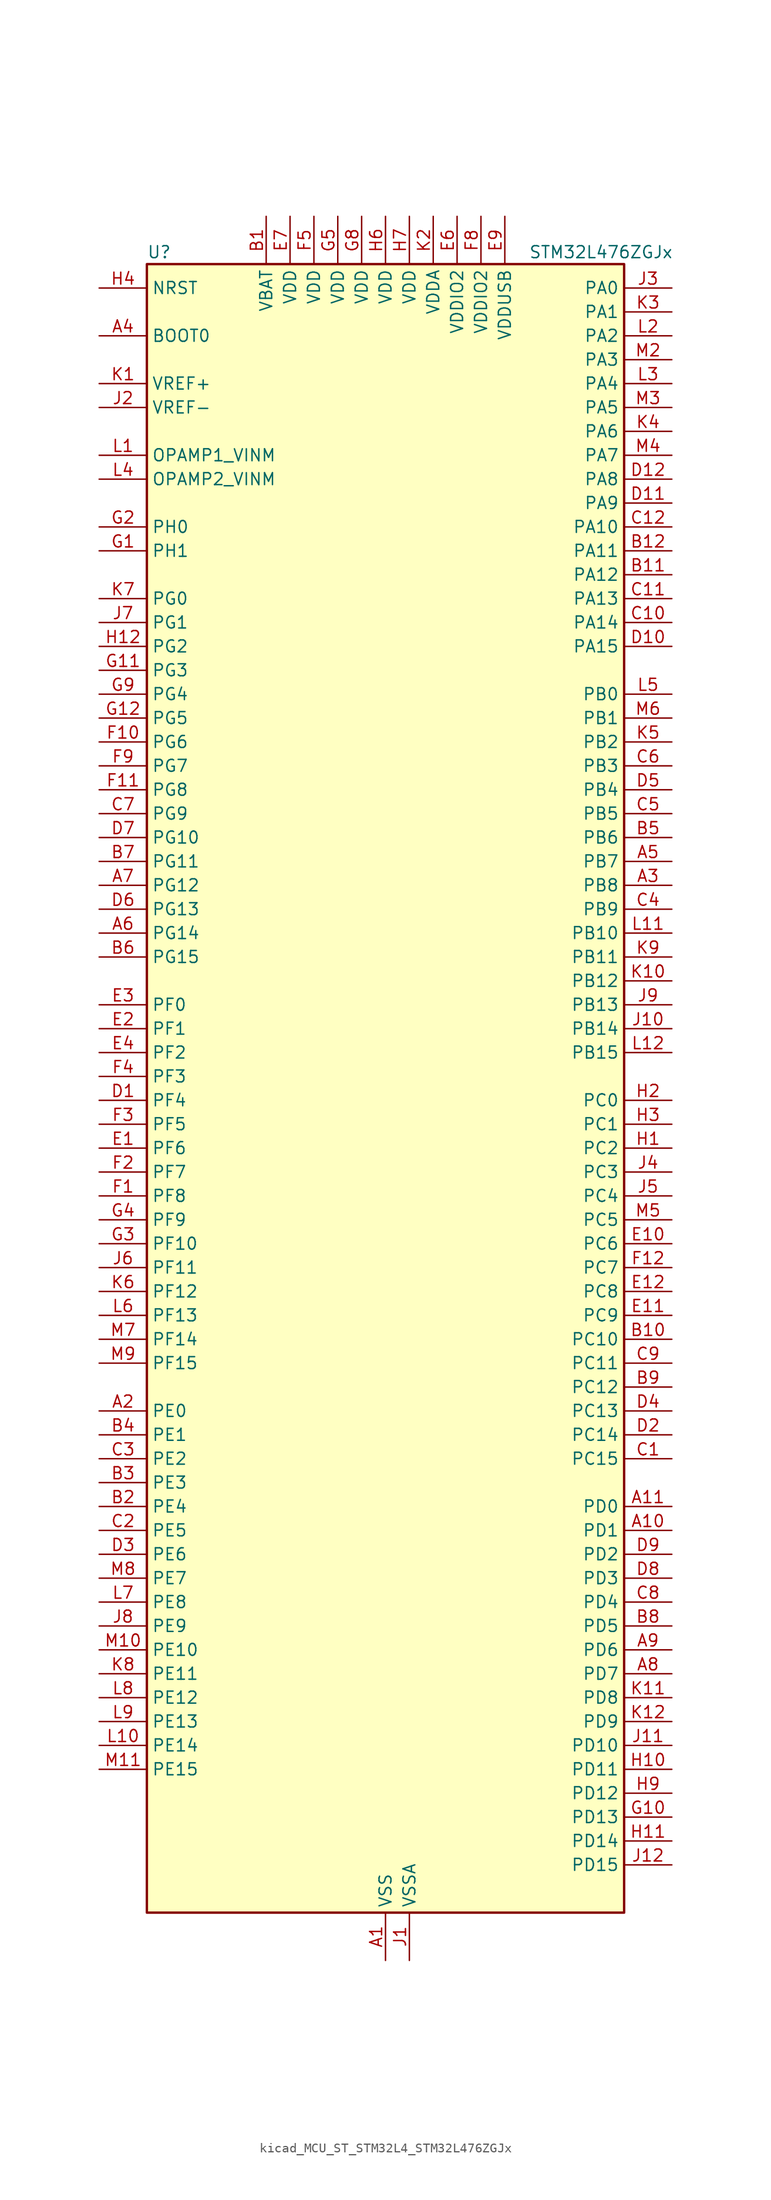
<source format=kicad_sym>
(kicad_symbol_lib
  (version 20220914)
  (generator kicad_symbol_editor)
  (symbol "kicad_MCU_ST_STM32L4_STM32L476ZGJx"
    (property "Reference" "U"
      (at -25.4 90.17 0)
      (effects (font (size 1.27 1.27)) (justify left)))
    (property "Value" "STM32L476ZGJx"
      (at 15.24 90.17 0)
      (effects (font (size 1.27 1.27)) (justify left)))
    (property "ki_locked" ""
      (at 0 0 0)
      (effects (font (size 1.27 1.27))))
    (symbol "kicad_MCU_ST_STM32L4_STM32L476ZGJx_0_1"
      (rectangle (start -25.4 -86.36) (end 25.4 88.9) (stroke (width 0.254) (type default)) (fill (type background))))
    (symbol "kicad_MCU_ST_STM32L4_STM32L476ZGJx_1_1"
      (pin power_in line (at 0 -91.44 90) (length 5.08) (name "VSS" (effects (font (size 1.27 1.27)))) (number "A1" (effects (font (size 1.27 1.27)))))
      (pin bidirectional line (at 30.48 -45.72 180) (length 5.08) (name "PD1" (effects (font (size 1.27 1.27)))) (number "A10" (effects (font (size 1.27 1.27)))) (alternate "CAN1_TX" bidirectional line) (alternate "DFSDM1_CKIN7" bidirectional line) (alternate "FMC_D3" bidirectional line) (alternate "FMC_DA3" bidirectional line) (alternate "SPI2_SCK" bidirectional line))
      (pin bidirectional line (at 30.48 -43.18 180) (length 5.08) (name "PD0" (effects (font (size 1.27 1.27)))) (number "A11" (effects (font (size 1.27 1.27)))) (alternate "CAN1_RX" bidirectional line) (alternate "DFSDM1_DATIN7" bidirectional line) (alternate "FMC_D2" bidirectional line) (alternate "FMC_DA2" bidirectional line) (alternate "SPI2_NSS" bidirectional line))
      (pin passive line (at 0 -91.44 90) (length 5.08) hide (name "VSS" (effects (font (size 1.27 1.27)))) (number "A12" (effects (font (size 1.27 1.27)))))
      (pin bidirectional line (at -30.48 -33.02 0) (length 5.08) (name "PE0" (effects (font (size 1.27 1.27)))) (number "A2" (effects (font (size 1.27 1.27)))) (alternate "FMC_NBL0" bidirectional line) (alternate "LCD_SEG36" bidirectional line) (alternate "TIM16_CH1" bidirectional line) (alternate "TIM4_ETR" bidirectional line))
      (pin bidirectional line (at 30.48 22.86 180) (length 5.08) (name "PB8" (effects (font (size 1.27 1.27)))) (number "A3" (effects (font (size 1.27 1.27)))) (alternate "CAN1_RX" bidirectional line) (alternate "DFSDM1_DATIN6" bidirectional line) (alternate "I2C1_SCL" bidirectional line) (alternate "LCD_SEG16" bidirectional line) (alternate "SAI1_MCLK_A" bidirectional line) (alternate "SDMMC1_D4" bidirectional line) (alternate "TIM16_CH1" bidirectional line) (alternate "TIM4_CH3" bidirectional line))
      (pin input line (at -30.48 81.28 0) (length 5.08) (name "BOOT0" (effects (font (size 1.27 1.27)))) (number "A4" (effects (font (size 1.27 1.27)))))
      (pin bidirectional line (at 30.48 25.4 180) (length 5.08) (name "PB7" (effects (font (size 1.27 1.27)))) (number "A5" (effects (font (size 1.27 1.27)))) (alternate "COMP2_INM" bidirectional line) (alternate "DFSDM1_CKIN5" bidirectional line) (alternate "FMC_NL" bidirectional line) (alternate "I2C1_SDA" bidirectional line) (alternate "LCD_SEG21" bidirectional line) (alternate "LPTIM1_IN2" bidirectional line) (alternate "SYS_PVD_IN" bidirectional line) (alternate "TIM17_CH1N" bidirectional line) (alternate "TIM4_CH2" bidirectional line) (alternate "TIM8_BKIN" bidirectional line) (alternate "TIM8_BKIN_COMP1" bidirectional line) (alternate "TSC_G2_IO4" bidirectional line) (alternate "UART4_CTS" bidirectional line) (alternate "USART1_RX" bidirectional line))
      (pin bidirectional line (at -30.48 17.78 0) (length 5.08) (name "PG14" (effects (font (size 1.27 1.27)))) (number "A6" (effects (font (size 1.27 1.27)))) (alternate "FMC_A25" bidirectional line) (alternate "I2C1_SCL" bidirectional line))
      (pin bidirectional line (at -30.48 22.86 0) (length 5.08) (name "PG12" (effects (font (size 1.27 1.27)))) (number "A7" (effects (font (size 1.27 1.27)))) (alternate "FMC_NE4" bidirectional line) (alternate "LPTIM1_ETR" bidirectional line) (alternate "SAI2_SD_A" bidirectional line) (alternate "SPI3_NSS" bidirectional line) (alternate "USART1_DE" bidirectional line) (alternate "USART1_RTS" bidirectional line))
      (pin bidirectional line (at 30.48 -60.96 180) (length 5.08) (name "PD7" (effects (font (size 1.27 1.27)))) (number "A8" (effects (font (size 1.27 1.27)))) (alternate "DFSDM1_CKIN1" bidirectional line) (alternate "FMC_NE1" bidirectional line) (alternate "USART2_CK" bidirectional line))
      (pin bidirectional line (at 30.48 -58.42 180) (length 5.08) (name "PD6" (effects (font (size 1.27 1.27)))) (number "A9" (effects (font (size 1.27 1.27)))) (alternate "DFSDM1_DATIN1" bidirectional line) (alternate "FMC_NWAIT" bidirectional line) (alternate "SAI1_SD_A" bidirectional line) (alternate "USART2_RX" bidirectional line))
      (pin power_in line (at -12.7 93.98 270) (length 5.08) (name "VBAT" (effects (font (size 1.27 1.27)))) (number "B1" (effects (font (size 1.27 1.27)))))
      (pin bidirectional line (at 30.48 -25.4 180) (length 5.08) (name "PC10" (effects (font (size 1.27 1.27)))) (number "B10" (effects (font (size 1.27 1.27)))) (alternate "LCD_COM4" bidirectional line) (alternate "LCD_SEG28" bidirectional line) (alternate "LCD_SEG40" bidirectional line) (alternate "SAI2_SCK_B" bidirectional line) (alternate "SDMMC1_D2" bidirectional line) (alternate "SPI3_SCK" bidirectional line) (alternate "TSC_G3_IO2" bidirectional line) (alternate "UART4_TX" bidirectional line) (alternate "USART3_TX" bidirectional line))
      (pin bidirectional line (at 30.48 55.88 180) (length 5.08) (name "PA12" (effects (font (size 1.27 1.27)))) (number "B11" (effects (font (size 1.27 1.27)))) (alternate "CAN1_TX" bidirectional line) (alternate "TIM1_ETR" bidirectional line) (alternate "USART1_DE" bidirectional line) (alternate "USART1_RTS" bidirectional line) (alternate "USB_OTG_FS_DP" bidirectional line))
      (pin bidirectional line (at 30.48 58.42 180) (length 5.08) (name "PA11" (effects (font (size 1.27 1.27)))) (number "B12" (effects (font (size 1.27 1.27)))) (alternate "ADC1_EXTI11" bidirectional line) (alternate "ADC2_EXTI11" bidirectional line) (alternate "ADC3_EXTI11" bidirectional line) (alternate "CAN1_RX" bidirectional line) (alternate "TIM1_BKIN2" bidirectional line) (alternate "TIM1_BKIN2_COMP1" bidirectional line) (alternate "TIM1_CH4" bidirectional line) (alternate "USART1_CTS" bidirectional line) (alternate "USB_OTG_FS_DM" bidirectional line))
      (pin bidirectional line (at -30.48 -43.18 0) (length 5.08) (name "PE4" (effects (font (size 1.27 1.27)))) (number "B2" (effects (font (size 1.27 1.27)))) (alternate "DFSDM1_DATIN3" bidirectional line) (alternate "FMC_A20" bidirectional line) (alternate "SAI1_FS_A" bidirectional line) (alternate "SYS_TRACED1" bidirectional line) (alternate "TIM3_CH2" bidirectional line) (alternate "TSC_G7_IO3" bidirectional line))
      (pin bidirectional line (at -30.48 -40.64 0) (length 5.08) (name "PE3" (effects (font (size 1.27 1.27)))) (number "B3" (effects (font (size 1.27 1.27)))) (alternate "FMC_A19" bidirectional line) (alternate "LCD_SEG39" bidirectional line) (alternate "SAI1_SD_B" bidirectional line) (alternate "SYS_TRACED0" bidirectional line) (alternate "TIM3_CH1" bidirectional line) (alternate "TSC_G7_IO2" bidirectional line))
      (pin bidirectional line (at -30.48 -35.56 0) (length 5.08) (name "PE1" (effects (font (size 1.27 1.27)))) (number "B4" (effects (font (size 1.27 1.27)))) (alternate "FMC_NBL1" bidirectional line) (alternate "LCD_SEG37" bidirectional line) (alternate "TIM17_CH1" bidirectional line))
      (pin bidirectional line (at 30.48 27.94 180) (length 5.08) (name "PB6" (effects (font (size 1.27 1.27)))) (number "B5" (effects (font (size 1.27 1.27)))) (alternate "COMP2_INP" bidirectional line) (alternate "DFSDM1_DATIN5" bidirectional line) (alternate "I2C1_SCL" bidirectional line) (alternate "LPTIM1_ETR" bidirectional line) (alternate "SAI1_FS_B" bidirectional line) (alternate "TIM16_CH1N" bidirectional line) (alternate "TIM4_CH1" bidirectional line) (alternate "TIM8_BKIN2" bidirectional line) (alternate "TIM8_BKIN2_COMP2" bidirectional line) (alternate "TSC_G2_IO3" bidirectional line) (alternate "USART1_TX" bidirectional line))
      (pin bidirectional line (at -30.48 15.24 0) (length 5.08) (name "PG15" (effects (font (size 1.27 1.27)))) (number "B6" (effects (font (size 1.27 1.27)))) (alternate "ADC1_EXTI15" bidirectional line) (alternate "ADC2_EXTI15" bidirectional line) (alternate "ADC3_EXTI15" bidirectional line) (alternate "I2C1_SMBA" bidirectional line) (alternate "LPTIM1_OUT" bidirectional line))
      (pin bidirectional line (at -30.48 25.4 0) (length 5.08) (name "PG11" (effects (font (size 1.27 1.27)))) (number "B7" (effects (font (size 1.27 1.27)))) (alternate "ADC1_EXTI11" bidirectional line) (alternate "ADC2_EXTI11" bidirectional line) (alternate "ADC3_EXTI11" bidirectional line) (alternate "LPTIM1_IN2" bidirectional line) (alternate "SAI2_MCLK_A" bidirectional line) (alternate "SPI3_MOSI" bidirectional line) (alternate "TIM15_CH2" bidirectional line) (alternate "USART1_CTS" bidirectional line))
      (pin bidirectional line (at 30.48 -55.88 180) (length 5.08) (name "PD5" (effects (font (size 1.27 1.27)))) (number "B8" (effects (font (size 1.27 1.27)))) (alternate "FMC_NWE" bidirectional line) (alternate "USART2_TX" bidirectional line))
      (pin bidirectional line (at 30.48 -30.48 180) (length 5.08) (name "PC12" (effects (font (size 1.27 1.27)))) (number "B9" (effects (font (size 1.27 1.27)))) (alternate "LCD_COM6" bidirectional line) (alternate "LCD_SEG30" bidirectional line) (alternate "LCD_SEG42" bidirectional line) (alternate "SAI2_SD_B" bidirectional line) (alternate "SDMMC1_CK" bidirectional line) (alternate "SPI3_MOSI" bidirectional line) (alternate "TSC_G3_IO4" bidirectional line) (alternate "UART5_TX" bidirectional line) (alternate "USART3_CK" bidirectional line))
      (pin bidirectional line (at 30.48 -38.1 180) (length 5.08) (name "PC15" (effects (font (size 1.27 1.27)))) (number "C1" (effects (font (size 1.27 1.27)))) (alternate "ADC1_EXTI15" bidirectional line) (alternate "ADC2_EXTI15" bidirectional line) (alternate "ADC3_EXTI15" bidirectional line) (alternate "RCC_OSC32_OUT" bidirectional line))
      (pin bidirectional line (at 30.48 50.8 180) (length 5.08) (name "PA14" (effects (font (size 1.27 1.27)))) (number "C10" (effects (font (size 1.27 1.27)))) (alternate "SYS_JTCK-SWCLK" bidirectional line))
      (pin bidirectional line (at 30.48 53.34 180) (length 5.08) (name "PA13" (effects (font (size 1.27 1.27)))) (number "C11" (effects (font (size 1.27 1.27)))) (alternate "IR_OUT" bidirectional line) (alternate "SYS_JTMS-SWDIO" bidirectional line) (alternate "USB_OTG_FS_NOE" bidirectional line))
      (pin bidirectional line (at 30.48 60.96 180) (length 5.08) (name "PA10" (effects (font (size 1.27 1.27)))) (number "C12" (effects (font (size 1.27 1.27)))) (alternate "LCD_COM2" bidirectional line) (alternate "TIM17_BKIN" bidirectional line) (alternate "TIM1_CH3" bidirectional line) (alternate "USART1_RX" bidirectional line) (alternate "USB_OTG_FS_ID" bidirectional line))
      (pin bidirectional line (at -30.48 -45.72 0) (length 5.08) (name "PE5" (effects (font (size 1.27 1.27)))) (number "C2" (effects (font (size 1.27 1.27)))) (alternate "DFSDM1_CKIN3" bidirectional line) (alternate "FMC_A21" bidirectional line) (alternate "SAI1_SCK_A" bidirectional line) (alternate "SYS_TRACED2" bidirectional line) (alternate "TIM3_CH3" bidirectional line) (alternate "TSC_G7_IO4" bidirectional line))
      (pin bidirectional line (at -30.48 -38.1 0) (length 5.08) (name "PE2" (effects (font (size 1.27 1.27)))) (number "C3" (effects (font (size 1.27 1.27)))) (alternate "FMC_A23" bidirectional line) (alternate "LCD_SEG38" bidirectional line) (alternate "SAI1_MCLK_A" bidirectional line) (alternate "SYS_TRACECLK" bidirectional line) (alternate "TIM3_ETR" bidirectional line) (alternate "TSC_G7_IO1" bidirectional line))
      (pin bidirectional line (at 30.48 20.32 180) (length 5.08) (name "PB9" (effects (font (size 1.27 1.27)))) (number "C4" (effects (font (size 1.27 1.27)))) (alternate "CAN1_TX" bidirectional line) (alternate "DAC1_EXTI9" bidirectional line) (alternate "DFSDM1_CKIN6" bidirectional line) (alternate "I2C1_SDA" bidirectional line) (alternate "IR_OUT" bidirectional line) (alternate "LCD_COM3" bidirectional line) (alternate "SAI1_FS_A" bidirectional line) (alternate "SDMMC1_D5" bidirectional line) (alternate "SPI2_NSS" bidirectional line) (alternate "TIM17_CH1" bidirectional line) (alternate "TIM4_CH4" bidirectional line))
      (pin bidirectional line (at 30.48 30.48 180) (length 5.08) (name "PB5" (effects (font (size 1.27 1.27)))) (number "C5" (effects (font (size 1.27 1.27)))) (alternate "COMP2_OUT" bidirectional line) (alternate "I2C1_SMBA" bidirectional line) (alternate "LCD_SEG9" bidirectional line) (alternate "LPTIM1_IN1" bidirectional line) (alternate "SAI1_SD_B" bidirectional line) (alternate "SPI1_MOSI" bidirectional line) (alternate "SPI3_MOSI" bidirectional line) (alternate "TIM16_BKIN" bidirectional line) (alternate "TIM3_CH2" bidirectional line) (alternate "TSC_G2_IO2" bidirectional line) (alternate "UART5_CTS" bidirectional line) (alternate "USART1_CK" bidirectional line))
      (pin bidirectional line (at 30.48 35.56 180) (length 5.08) (name "PB3" (effects (font (size 1.27 1.27)))) (number "C6" (effects (font (size 1.27 1.27)))) (alternate "COMP2_INM" bidirectional line) (alternate "LCD_SEG7" bidirectional line) (alternate "SAI1_SCK_B" bidirectional line) (alternate "SPI1_SCK" bidirectional line) (alternate "SPI3_SCK" bidirectional line) (alternate "SYS_JTDO-SWO" bidirectional line) (alternate "TIM2_CH2" bidirectional line) (alternate "USART1_DE" bidirectional line) (alternate "USART1_RTS" bidirectional line))
      (pin bidirectional line (at -30.48 30.48 0) (length 5.08) (name "PG9" (effects (font (size 1.27 1.27)))) (number "C7" (effects (font (size 1.27 1.27)))) (alternate "DAC1_EXTI9" bidirectional line) (alternate "FMC_NCE3" bidirectional line) (alternate "FMC_NE2" bidirectional line) (alternate "SAI2_SCK_A" bidirectional line) (alternate "SPI3_SCK" bidirectional line) (alternate "TIM15_CH1N" bidirectional line) (alternate "USART1_TX" bidirectional line))
      (pin bidirectional line (at 30.48 -53.34 180) (length 5.08) (name "PD4" (effects (font (size 1.27 1.27)))) (number "C8" (effects (font (size 1.27 1.27)))) (alternate "DFSDM1_CKIN0" bidirectional line) (alternate "FMC_NOE" bidirectional line) (alternate "SPI2_MOSI" bidirectional line) (alternate "USART2_DE" bidirectional line) (alternate "USART2_RTS" bidirectional line))
      (pin bidirectional line (at 30.48 -27.94 180) (length 5.08) (name "PC11" (effects (font (size 1.27 1.27)))) (number "C9" (effects (font (size 1.27 1.27)))) (alternate "ADC1_EXTI11" bidirectional line) (alternate "ADC2_EXTI11" bidirectional line) (alternate "ADC3_EXTI11" bidirectional line) (alternate "LCD_COM5" bidirectional line) (alternate "LCD_SEG29" bidirectional line) (alternate "LCD_SEG41" bidirectional line) (alternate "SAI2_MCLK_B" bidirectional line) (alternate "SDMMC1_D3" bidirectional line) (alternate "SPI3_MISO" bidirectional line) (alternate "TSC_G3_IO3" bidirectional line) (alternate "UART4_RX" bidirectional line) (alternate "USART3_RX" bidirectional line))
      (pin bidirectional line (at -30.48 0 0) (length 5.08) (name "PF4" (effects (font (size 1.27 1.27)))) (number "D1" (effects (font (size 1.27 1.27)))) (alternate "ADC3_IN7" bidirectional line) (alternate "FMC_A4" bidirectional line))
      (pin bidirectional line (at 30.48 48.26 180) (length 5.08) (name "PA15" (effects (font (size 1.27 1.27)))) (number "D10" (effects (font (size 1.27 1.27)))) (alternate "ADC1_EXTI15" bidirectional line) (alternate "ADC2_EXTI15" bidirectional line) (alternate "ADC3_EXTI15" bidirectional line) (alternate "LCD_SEG17" bidirectional line) (alternate "SAI2_FS_B" bidirectional line) (alternate "SPI1_NSS" bidirectional line) (alternate "SPI3_NSS" bidirectional line) (alternate "SYS_JTDI" bidirectional line) (alternate "TIM2_CH1" bidirectional line) (alternate "TIM2_ETR" bidirectional line) (alternate "TSC_G3_IO1" bidirectional line) (alternate "UART4_DE" bidirectional line) (alternate "UART4_RTS" bidirectional line))
      (pin bidirectional line (at 30.48 63.5 180) (length 5.08) (name "PA9" (effects (font (size 1.27 1.27)))) (number "D11" (effects (font (size 1.27 1.27)))) (alternate "DAC1_EXTI9" bidirectional line) (alternate "LCD_COM1" bidirectional line) (alternate "TIM15_BKIN" bidirectional line) (alternate "TIM1_CH2" bidirectional line) (alternate "USART1_TX" bidirectional line) (alternate "USB_OTG_FS_VBUS" bidirectional line))
      (pin bidirectional line (at 30.48 66.04 180) (length 5.08) (name "PA8" (effects (font (size 1.27 1.27)))) (number "D12" (effects (font (size 1.27 1.27)))) (alternate "LCD_COM0" bidirectional line) (alternate "LPTIM2_OUT" bidirectional line) (alternate "RCC_MCO" bidirectional line) (alternate "TIM1_CH1" bidirectional line) (alternate "USART1_CK" bidirectional line) (alternate "USB_OTG_FS_SOF" bidirectional line))
      (pin bidirectional line (at 30.48 -35.56 180) (length 5.08) (name "PC14" (effects (font (size 1.27 1.27)))) (number "D2" (effects (font (size 1.27 1.27)))) (alternate "RCC_OSC32_IN" bidirectional line))
      (pin bidirectional line (at -30.48 -48.26 0) (length 5.08) (name "PE6" (effects (font (size 1.27 1.27)))) (number "D3" (effects (font (size 1.27 1.27)))) (alternate "FMC_A22" bidirectional line) (alternate "RTC_TAMP3" bidirectional line) (alternate "SAI1_SD_A" bidirectional line) (alternate "SYS_TRACED3" bidirectional line) (alternate "SYS_WKUP3" bidirectional line) (alternate "TIM3_CH4" bidirectional line))
      (pin bidirectional line (at 30.48 -33.02 180) (length 5.08) (name "PC13" (effects (font (size 1.27 1.27)))) (number "D4" (effects (font (size 1.27 1.27)))) (alternate "RTC_OUT_ALARM" bidirectional line) (alternate "RTC_OUT_CALIB" bidirectional line) (alternate "RTC_TAMP1" bidirectional line) (alternate "RTC_TS" bidirectional line) (alternate "SYS_WKUP2" bidirectional line))
      (pin bidirectional line (at 30.48 33.02 180) (length 5.08) (name "PB4" (effects (font (size 1.27 1.27)))) (number "D5" (effects (font (size 1.27 1.27)))) (alternate "COMP2_INP" bidirectional line) (alternate "LCD_SEG8" bidirectional line) (alternate "SAI1_MCLK_B" bidirectional line) (alternate "SPI1_MISO" bidirectional line) (alternate "SPI3_MISO" bidirectional line) (alternate "SYS_JTRST" bidirectional line) (alternate "TIM17_BKIN" bidirectional line) (alternate "TIM3_CH1" bidirectional line) (alternate "TSC_G2_IO1" bidirectional line) (alternate "UART5_DE" bidirectional line) (alternate "UART5_RTS" bidirectional line) (alternate "USART1_CTS" bidirectional line))
      (pin bidirectional line (at -30.48 20.32 0) (length 5.08) (name "PG13" (effects (font (size 1.27 1.27)))) (number "D6" (effects (font (size 1.27 1.27)))) (alternate "FMC_A24" bidirectional line) (alternate "I2C1_SDA" bidirectional line) (alternate "USART1_CK" bidirectional line))
      (pin bidirectional line (at -30.48 27.94 0) (length 5.08) (name "PG10" (effects (font (size 1.27 1.27)))) (number "D7" (effects (font (size 1.27 1.27)))) (alternate "FMC_NE3" bidirectional line) (alternate "LPTIM1_IN1" bidirectional line) (alternate "SAI2_FS_A" bidirectional line) (alternate "SPI3_MISO" bidirectional line) (alternate "TIM15_CH1" bidirectional line) (alternate "USART1_RX" bidirectional line))
      (pin bidirectional line (at 30.48 -50.8 180) (length 5.08) (name "PD3" (effects (font (size 1.27 1.27)))) (number "D8" (effects (font (size 1.27 1.27)))) (alternate "DFSDM1_DATIN0" bidirectional line) (alternate "FMC_CLK" bidirectional line) (alternate "SPI2_MISO" bidirectional line) (alternate "USART2_CTS" bidirectional line))
      (pin bidirectional line (at 30.48 -48.26 180) (length 5.08) (name "PD2" (effects (font (size 1.27 1.27)))) (number "D9" (effects (font (size 1.27 1.27)))) (alternate "LCD_COM7" bidirectional line) (alternate "LCD_SEG31" bidirectional line) (alternate "LCD_SEG43" bidirectional line) (alternate "SDMMC1_CMD" bidirectional line) (alternate "TIM3_ETR" bidirectional line) (alternate "TSC_SYNC" bidirectional line) (alternate "UART5_RX" bidirectional line) (alternate "USART3_DE" bidirectional line) (alternate "USART3_RTS" bidirectional line))
      (pin bidirectional line (at -30.48 -5.08 0) (length 5.08) (name "PF6" (effects (font (size 1.27 1.27)))) (number "E1" (effects (font (size 1.27 1.27)))) (alternate "ADC3_IN9" bidirectional line) (alternate "SAI1_SD_B" bidirectional line) (alternate "TIM5_CH1" bidirectional line) (alternate "TIM5_ETR" bidirectional line))
      (pin bidirectional line (at 30.48 -15.24 180) (length 5.08) (name "PC6" (effects (font (size 1.27 1.27)))) (number "E10" (effects (font (size 1.27 1.27)))) (alternate "DFSDM1_CKIN3" bidirectional line) (alternate "LCD_SEG24" bidirectional line) (alternate "SAI2_MCLK_A" bidirectional line) (alternate "SDMMC1_D6" bidirectional line) (alternate "TIM3_CH1" bidirectional line) (alternate "TIM8_CH1" bidirectional line) (alternate "TSC_G4_IO1" bidirectional line))
      (pin bidirectional line (at 30.48 -22.86 180) (length 5.08) (name "PC9" (effects (font (size 1.27 1.27)))) (number "E11" (effects (font (size 1.27 1.27)))) (alternate "DAC1_EXTI9" bidirectional line) (alternate "LCD_SEG27" bidirectional line) (alternate "SAI2_EXTCLK" bidirectional line) (alternate "SDMMC1_D1" bidirectional line) (alternate "TIM3_CH4" bidirectional line) (alternate "TIM8_BKIN2" bidirectional line) (alternate "TIM8_BKIN2_COMP1" bidirectional line) (alternate "TIM8_CH4" bidirectional line) (alternate "TSC_G4_IO4" bidirectional line) (alternate "USB_OTG_FS_NOE" bidirectional line))
      (pin bidirectional line (at 30.48 -20.32 180) (length 5.08) (name "PC8" (effects (font (size 1.27 1.27)))) (number "E12" (effects (font (size 1.27 1.27)))) (alternate "LCD_SEG26" bidirectional line) (alternate "SDMMC1_D0" bidirectional line) (alternate "TIM3_CH3" bidirectional line) (alternate "TIM8_CH3" bidirectional line) (alternate "TSC_G4_IO3" bidirectional line))
      (pin bidirectional line (at -30.48 7.62 0) (length 5.08) (name "PF1" (effects (font (size 1.27 1.27)))) (number "E2" (effects (font (size 1.27 1.27)))) (alternate "FMC_A1" bidirectional line) (alternate "I2C2_SCL" bidirectional line))
      (pin bidirectional line (at -30.48 10.16 0) (length 5.08) (name "PF0" (effects (font (size 1.27 1.27)))) (number "E3" (effects (font (size 1.27 1.27)))) (alternate "FMC_A0" bidirectional line) (alternate "I2C2_SDA" bidirectional line))
      (pin bidirectional line (at -30.48 5.08 0) (length 5.08) (name "PF2" (effects (font (size 1.27 1.27)))) (number "E4" (effects (font (size 1.27 1.27)))) (alternate "FMC_A2" bidirectional line) (alternate "I2C2_SMBA" bidirectional line))
      (pin passive line (at 0 -91.44 90) (length 5.08) hide (name "VSS" (effects (font (size 1.27 1.27)))) (number "E5" (effects (font (size 1.27 1.27)))))
      (pin power_in line (at 7.62 93.98 270) (length 5.08) (name "VDDIO2" (effects (font (size 1.27 1.27)))) (number "E6" (effects (font (size 1.27 1.27)))))
      (pin power_in line (at -10.16 93.98 270) (length 5.08) (name "VDD" (effects (font (size 1.27 1.27)))) (number "E7" (effects (font (size 1.27 1.27)))))
      (pin passive line (at 0 -91.44 90) (length 5.08) hide (name "VSS" (effects (font (size 1.27 1.27)))) (number "E8" (effects (font (size 1.27 1.27)))))
      (pin power_in line (at 12.7 93.98 270) (length 5.08) (name "VDDUSB" (effects (font (size 1.27 1.27)))) (number "E9" (effects (font (size 1.27 1.27)))))
      (pin bidirectional line (at -30.48 -10.16 0) (length 5.08) (name "PF8" (effects (font (size 1.27 1.27)))) (number "F1" (effects (font (size 1.27 1.27)))) (alternate "ADC3_IN11" bidirectional line) (alternate "SAI1_SCK_B" bidirectional line) (alternate "TIM5_CH3" bidirectional line))
      (pin bidirectional line (at -30.48 38.1 0) (length 5.08) (name "PG6" (effects (font (size 1.27 1.27)))) (number "F10" (effects (font (size 1.27 1.27)))) (alternate "I2C3_SMBA" bidirectional line) (alternate "LPUART1_DE" bidirectional line) (alternate "LPUART1_RTS" bidirectional line))
      (pin bidirectional line (at -30.48 33.02 0) (length 5.08) (name "PG8" (effects (font (size 1.27 1.27)))) (number "F11" (effects (font (size 1.27 1.27)))) (alternate "I2C3_SDA" bidirectional line) (alternate "LPUART1_RX" bidirectional line))
      (pin bidirectional line (at 30.48 -17.78 180) (length 5.08) (name "PC7" (effects (font (size 1.27 1.27)))) (number "F12" (effects (font (size 1.27 1.27)))) (alternate "DFSDM1_DATIN3" bidirectional line) (alternate "LCD_SEG25" bidirectional line) (alternate "SAI2_MCLK_B" bidirectional line) (alternate "SDMMC1_D7" bidirectional line) (alternate "TIM3_CH2" bidirectional line) (alternate "TIM8_CH2" bidirectional line) (alternate "TSC_G4_IO2" bidirectional line))
      (pin bidirectional line (at -30.48 -7.62 0) (length 5.08) (name "PF7" (effects (font (size 1.27 1.27)))) (number "F2" (effects (font (size 1.27 1.27)))) (alternate "ADC3_IN10" bidirectional line) (alternate "SAI1_MCLK_B" bidirectional line) (alternate "TIM5_CH2" bidirectional line))
      (pin bidirectional line (at -30.48 -2.54 0) (length 5.08) (name "PF5" (effects (font (size 1.27 1.27)))) (number "F3" (effects (font (size 1.27 1.27)))) (alternate "ADC3_IN8" bidirectional line) (alternate "FMC_A5" bidirectional line))
      (pin bidirectional line (at -30.48 2.54 0) (length 5.08) (name "PF3" (effects (font (size 1.27 1.27)))) (number "F4" (effects (font (size 1.27 1.27)))) (alternate "ADC3_IN6" bidirectional line) (alternate "FMC_A3" bidirectional line))
      (pin power_in line (at -7.62 93.98 270) (length 5.08) (name "VDD" (effects (font (size 1.27 1.27)))) (number "F5" (effects (font (size 1.27 1.27)))))
      (pin passive line (at 0 -91.44 90) (length 5.08) hide (name "VSS" (effects (font (size 1.27 1.27)))) (number "F6" (effects (font (size 1.27 1.27)))))
      (pin passive line (at 0 -91.44 90) (length 5.08) hide (name "VSS" (effects (font (size 1.27 1.27)))) (number "F7" (effects (font (size 1.27 1.27)))))
      (pin power_in line (at 10.16 93.98 270) (length 5.08) (name "VDDIO2" (effects (font (size 1.27 1.27)))) (number "F8" (effects (font (size 1.27 1.27)))))
      (pin bidirectional line (at -30.48 35.56 0) (length 5.08) (name "PG7" (effects (font (size 1.27 1.27)))) (number "F9" (effects (font (size 1.27 1.27)))) (alternate "FMC_INT3" bidirectional line) (alternate "I2C3_SCL" bidirectional line) (alternate "LPUART1_TX" bidirectional line))
      (pin bidirectional line (at -30.48 58.42 0) (length 5.08) (name "PH1" (effects (font (size 1.27 1.27)))) (number "G1" (effects (font (size 1.27 1.27)))) (alternate "RCC_OSC_OUT" bidirectional line))
      (pin bidirectional line (at 30.48 -76.2 180) (length 5.08) (name "PD13" (effects (font (size 1.27 1.27)))) (number "G10" (effects (font (size 1.27 1.27)))) (alternate "FMC_A18" bidirectional line) (alternate "LCD_SEG33" bidirectional line) (alternate "LPTIM2_OUT" bidirectional line) (alternate "TIM4_CH2" bidirectional line) (alternate "TSC_G6_IO4" bidirectional line))
      (pin bidirectional line (at -30.48 45.72 0) (length 5.08) (name "PG3" (effects (font (size 1.27 1.27)))) (number "G11" (effects (font (size 1.27 1.27)))) (alternate "FMC_A13" bidirectional line) (alternate "SAI2_FS_B" bidirectional line) (alternate "SPI1_MISO" bidirectional line))
      (pin bidirectional line (at -30.48 40.64 0) (length 5.08) (name "PG5" (effects (font (size 1.27 1.27)))) (number "G12" (effects (font (size 1.27 1.27)))) (alternate "FMC_A15" bidirectional line) (alternate "LPUART1_CTS" bidirectional line) (alternate "SAI2_SD_B" bidirectional line) (alternate "SPI1_NSS" bidirectional line))
      (pin bidirectional line (at -30.48 60.96 0) (length 5.08) (name "PH0" (effects (font (size 1.27 1.27)))) (number "G2" (effects (font (size 1.27 1.27)))) (alternate "RCC_OSC_IN" bidirectional line))
      (pin bidirectional line (at -30.48 -15.24 0) (length 5.08) (name "PF10" (effects (font (size 1.27 1.27)))) (number "G3" (effects (font (size 1.27 1.27)))) (alternate "ADC3_IN13" bidirectional line) (alternate "TIM15_CH2" bidirectional line))
      (pin bidirectional line (at -30.48 -12.7 0) (length 5.08) (name "PF9" (effects (font (size 1.27 1.27)))) (number "G4" (effects (font (size 1.27 1.27)))) (alternate "ADC3_IN12" bidirectional line) (alternate "DAC1_EXTI9" bidirectional line) (alternate "SAI1_FS_B" bidirectional line) (alternate "TIM15_CH1" bidirectional line) (alternate "TIM5_CH4" bidirectional line))
      (pin power_in line (at -5.08 93.98 270) (length 5.08) (name "VDD" (effects (font (size 1.27 1.27)))) (number "G5" (effects (font (size 1.27 1.27)))))
      (pin passive line (at 0 -91.44 90) (length 5.08) hide (name "VSS" (effects (font (size 1.27 1.27)))) (number "G6" (effects (font (size 1.27 1.27)))))
      (pin passive line (at 0 -91.44 90) (length 5.08) hide (name "VSS" (effects (font (size 1.27 1.27)))) (number "G7" (effects (font (size 1.27 1.27)))))
      (pin power_in line (at -2.54 93.98 270) (length 5.08) (name "VDD" (effects (font (size 1.27 1.27)))) (number "G8" (effects (font (size 1.27 1.27)))))
      (pin bidirectional line (at -30.48 43.18 0) (length 5.08) (name "PG4" (effects (font (size 1.27 1.27)))) (number "G9" (effects (font (size 1.27 1.27)))) (alternate "FMC_A14" bidirectional line) (alternate "SAI2_MCLK_B" bidirectional line) (alternate "SPI1_MOSI" bidirectional line))
      (pin bidirectional line (at 30.48 -5.08 180) (length 5.08) (name "PC2" (effects (font (size 1.27 1.27)))) (number "H1" (effects (font (size 1.27 1.27)))) (alternate "ADC1_IN3" bidirectional line) (alternate "ADC2_IN3" bidirectional line) (alternate "ADC3_IN3" bidirectional line) (alternate "DFSDM1_CKOUT" bidirectional line) (alternate "LCD_SEG20" bidirectional line) (alternate "LPTIM1_IN2" bidirectional line) (alternate "SPI2_MISO" bidirectional line))
      (pin bidirectional line (at 30.48 -71.12 180) (length 5.08) (name "PD11" (effects (font (size 1.27 1.27)))) (number "H10" (effects (font (size 1.27 1.27)))) (alternate "ADC1_EXTI11" bidirectional line) (alternate "ADC2_EXTI11" bidirectional line) (alternate "ADC3_EXTI11" bidirectional line) (alternate "FMC_A16" bidirectional line) (alternate "FMC_CLE" bidirectional line) (alternate "LCD_SEG31" bidirectional line) (alternate "LPTIM2_ETR" bidirectional line) (alternate "SAI2_SD_A" bidirectional line) (alternate "TSC_G6_IO2" bidirectional line) (alternate "USART3_CTS" bidirectional line))
      (pin bidirectional line (at 30.48 -78.74 180) (length 5.08) (name "PD14" (effects (font (size 1.27 1.27)))) (number "H11" (effects (font (size 1.27 1.27)))) (alternate "FMC_D0" bidirectional line) (alternate "FMC_DA0" bidirectional line) (alternate "LCD_SEG34" bidirectional line) (alternate "TIM4_CH3" bidirectional line))
      (pin bidirectional line (at -30.48 48.26 0) (length 5.08) (name "PG2" (effects (font (size 1.27 1.27)))) (number "H12" (effects (font (size 1.27 1.27)))) (alternate "FMC_A12" bidirectional line) (alternate "SAI2_SCK_B" bidirectional line) (alternate "SPI1_SCK" bidirectional line))
      (pin bidirectional line (at 30.48 0 180) (length 5.08) (name "PC0" (effects (font (size 1.27 1.27)))) (number "H2" (effects (font (size 1.27 1.27)))) (alternate "ADC1_IN1" bidirectional line) (alternate "ADC2_IN1" bidirectional line) (alternate "ADC3_IN1" bidirectional line) (alternate "DFSDM1_DATIN4" bidirectional line) (alternate "I2C3_SCL" bidirectional line) (alternate "LCD_SEG18" bidirectional line) (alternate "LPTIM1_IN1" bidirectional line) (alternate "LPTIM2_IN1" bidirectional line) (alternate "LPUART1_RX" bidirectional line))
      (pin bidirectional line (at 30.48 -2.54 180) (length 5.08) (name "PC1" (effects (font (size 1.27 1.27)))) (number "H3" (effects (font (size 1.27 1.27)))) (alternate "ADC1_IN2" bidirectional line) (alternate "ADC2_IN2" bidirectional line) (alternate "ADC3_IN2" bidirectional line) (alternate "DFSDM1_CKIN4" bidirectional line) (alternate "I2C3_SDA" bidirectional line) (alternate "LCD_SEG19" bidirectional line) (alternate "LPTIM1_OUT" bidirectional line) (alternate "LPUART1_TX" bidirectional line))
      (pin input line (at -30.48 86.36 0) (length 5.08) (name "NRST" (effects (font (size 1.27 1.27)))) (number "H4" (effects (font (size 1.27 1.27)))))
      (pin passive line (at 0 -91.44 90) (length 5.08) hide (name "VSS" (effects (font (size 1.27 1.27)))) (number "H5" (effects (font (size 1.27 1.27)))))
      (pin power_in line (at 0 93.98 270) (length 5.08) (name "VDD" (effects (font (size 1.27 1.27)))) (number "H6" (effects (font (size 1.27 1.27)))))
      (pin power_in line (at 2.54 93.98 270) (length 5.08) (name "VDD" (effects (font (size 1.27 1.27)))) (number "H7" (effects (font (size 1.27 1.27)))))
      (pin passive line (at 0 -91.44 90) (length 5.08) hide (name "VSS" (effects (font (size 1.27 1.27)))) (number "H8" (effects (font (size 1.27 1.27)))))
      (pin bidirectional line (at 30.48 -73.66 180) (length 5.08) (name "PD12" (effects (font (size 1.27 1.27)))) (number "H9" (effects (font (size 1.27 1.27)))) (alternate "FMC_A17" bidirectional line) (alternate "FMC_ALE" bidirectional line) (alternate "LCD_SEG32" bidirectional line) (alternate "LPTIM2_IN1" bidirectional line) (alternate "SAI2_FS_A" bidirectional line) (alternate "TIM4_CH1" bidirectional line) (alternate "TSC_G6_IO3" bidirectional line) (alternate "USART3_DE" bidirectional line) (alternate "USART3_RTS" bidirectional line))
      (pin power_in line (at 2.54 -91.44 90) (length 5.08) (name "VSSA" (effects (font (size 1.27 1.27)))) (number "J1" (effects (font (size 1.27 1.27)))))
      (pin bidirectional line (at 30.48 7.62 180) (length 5.08) (name "PB14" (effects (font (size 1.27 1.27)))) (number "J10" (effects (font (size 1.27 1.27)))) (alternate "DFSDM1_DATIN2" bidirectional line) (alternate "I2C2_SDA" bidirectional line) (alternate "LCD_SEG14" bidirectional line) (alternate "SAI2_MCLK_A" bidirectional line) (alternate "SPI2_MISO" bidirectional line) (alternate "SWPMI1_RX" bidirectional line) (alternate "TIM15_CH1" bidirectional line) (alternate "TIM1_CH2N" bidirectional line) (alternate "TIM8_CH2N" bidirectional line) (alternate "TSC_G1_IO3" bidirectional line) (alternate "USART3_DE" bidirectional line) (alternate "USART3_RTS" bidirectional line))
      (pin bidirectional line (at 30.48 -68.58 180) (length 5.08) (name "PD10" (effects (font (size 1.27 1.27)))) (number "J11" (effects (font (size 1.27 1.27)))) (alternate "FMC_D15" bidirectional line) (alternate "FMC_DA15" bidirectional line) (alternate "LCD_SEG30" bidirectional line) (alternate "SAI2_SCK_A" bidirectional line) (alternate "TSC_G6_IO1" bidirectional line) (alternate "USART3_CK" bidirectional line))
      (pin bidirectional line (at 30.48 -81.28 180) (length 5.08) (name "PD15" (effects (font (size 1.27 1.27)))) (number "J12" (effects (font (size 1.27 1.27)))) (alternate "ADC1_EXTI15" bidirectional line) (alternate "ADC2_EXTI15" bidirectional line) (alternate "ADC3_EXTI15" bidirectional line) (alternate "FMC_D1" bidirectional line) (alternate "FMC_DA1" bidirectional line) (alternate "LCD_SEG35" bidirectional line) (alternate "TIM4_CH4" bidirectional line))
      (pin input line (at -30.48 73.66 0) (length 5.08) (name "VREF-" (effects (font (size 1.27 1.27)))) (number "J2" (effects (font (size 1.27 1.27)))))
      (pin bidirectional line (at 30.48 86.36 180) (length 5.08) (name "PA0" (effects (font (size 1.27 1.27)))) (number "J3" (effects (font (size 1.27 1.27)))) (alternate "ADC1_IN5" bidirectional line) (alternate "ADC2_IN5" bidirectional line) (alternate "OPAMP1_VINP" bidirectional line) (alternate "RTC_TAMP2" bidirectional line) (alternate "SAI1_EXTCLK" bidirectional line) (alternate "SYS_WKUP1" bidirectional line) (alternate "TIM2_CH1" bidirectional line) (alternate "TIM2_ETR" bidirectional line) (alternate "TIM5_CH1" bidirectional line) (alternate "TIM8_ETR" bidirectional line) (alternate "UART4_TX" bidirectional line) (alternate "USART2_CTS" bidirectional line))
      (pin bidirectional line (at 30.48 -7.62 180) (length 5.08) (name "PC3" (effects (font (size 1.27 1.27)))) (number "J4" (effects (font (size 1.27 1.27)))) (alternate "ADC1_IN4" bidirectional line) (alternate "ADC2_IN4" bidirectional line) (alternate "ADC3_IN4" bidirectional line) (alternate "LCD_VLCD" bidirectional line) (alternate "LPTIM1_ETR" bidirectional line) (alternate "LPTIM2_ETR" bidirectional line) (alternate "SAI1_SD_A" bidirectional line) (alternate "SPI2_MOSI" bidirectional line))
      (pin bidirectional line (at 30.48 -10.16 180) (length 5.08) (name "PC4" (effects (font (size 1.27 1.27)))) (number "J5" (effects (font (size 1.27 1.27)))) (alternate "ADC1_IN13" bidirectional line) (alternate "ADC2_IN13" bidirectional line) (alternate "COMP1_INM" bidirectional line) (alternate "LCD_SEG22" bidirectional line) (alternate "USART3_TX" bidirectional line))
      (pin bidirectional line (at -30.48 -17.78 0) (length 5.08) (name "PF11" (effects (font (size 1.27 1.27)))) (number "J6" (effects (font (size 1.27 1.27)))) (alternate "ADC1_EXTI11" bidirectional line) (alternate "ADC2_EXTI11" bidirectional line) (alternate "ADC3_EXTI11" bidirectional line))
      (pin bidirectional line (at -30.48 50.8 0) (length 5.08) (name "PG1" (effects (font (size 1.27 1.27)))) (number "J7" (effects (font (size 1.27 1.27)))) (alternate "FMC_A11" bidirectional line) (alternate "TSC_G8_IO4" bidirectional line))
      (pin bidirectional line (at -30.48 -55.88 0) (length 5.08) (name "PE9" (effects (font (size 1.27 1.27)))) (number "J8" (effects (font (size 1.27 1.27)))) (alternate "DAC1_EXTI9" bidirectional line) (alternate "DFSDM1_CKOUT" bidirectional line) (alternate "FMC_D6" bidirectional line) (alternate "FMC_DA6" bidirectional line) (alternate "SAI1_FS_B" bidirectional line) (alternate "TIM1_CH1" bidirectional line))
      (pin bidirectional line (at 30.48 10.16 180) (length 5.08) (name "PB13" (effects (font (size 1.27 1.27)))) (number "J9" (effects (font (size 1.27 1.27)))) (alternate "DFSDM1_CKIN1" bidirectional line) (alternate "I2C2_SCL" bidirectional line) (alternate "LCD_SEG13" bidirectional line) (alternate "LPUART1_CTS" bidirectional line) (alternate "SAI2_SCK_A" bidirectional line) (alternate "SPI2_SCK" bidirectional line) (alternate "SWPMI1_TX" bidirectional line) (alternate "TIM15_CH1N" bidirectional line) (alternate "TIM1_CH1N" bidirectional line) (alternate "TSC_G1_IO2" bidirectional line) (alternate "USART3_CTS" bidirectional line))
      (pin input line (at -30.48 76.2 0) (length 5.08) (name "VREF+" (effects (font (size 1.27 1.27)))) (number "K1" (effects (font (size 1.27 1.27)))) (alternate "VREFBUF_OUT" bidirectional line))
      (pin bidirectional line (at 30.48 12.7 180) (length 5.08) (name "PB12" (effects (font (size 1.27 1.27)))) (number "K10" (effects (font (size 1.27 1.27)))) (alternate "DFSDM1_DATIN1" bidirectional line) (alternate "I2C2_SMBA" bidirectional line) (alternate "LCD_SEG12" bidirectional line) (alternate "LPUART1_DE" bidirectional line) (alternate "LPUART1_RTS" bidirectional line) (alternate "SAI2_FS_A" bidirectional line) (alternate "SPI2_NSS" bidirectional line) (alternate "SWPMI1_IO" bidirectional line) (alternate "TIM15_BKIN" bidirectional line) (alternate "TIM1_BKIN" bidirectional line) (alternate "TIM1_BKIN_COMP2" bidirectional line) (alternate "TSC_G1_IO1" bidirectional line) (alternate "USART3_CK" bidirectional line))
      (pin bidirectional line (at 30.48 -63.5 180) (length 5.08) (name "PD8" (effects (font (size 1.27 1.27)))) (number "K11" (effects (font (size 1.27 1.27)))) (alternate "FMC_D13" bidirectional line) (alternate "FMC_DA13" bidirectional line) (alternate "LCD_SEG28" bidirectional line) (alternate "USART3_TX" bidirectional line))
      (pin bidirectional line (at 30.48 -66.04 180) (length 5.08) (name "PD9" (effects (font (size 1.27 1.27)))) (number "K12" (effects (font (size 1.27 1.27)))) (alternate "DAC1_EXTI9" bidirectional line) (alternate "FMC_D14" bidirectional line) (alternate "FMC_DA14" bidirectional line) (alternate "LCD_SEG29" bidirectional line) (alternate "SAI2_MCLK_A" bidirectional line) (alternate "USART3_RX" bidirectional line))
      (pin power_in line (at 5.08 93.98 270) (length 5.08) (name "VDDA" (effects (font (size 1.27 1.27)))) (number "K2" (effects (font (size 1.27 1.27)))))
      (pin bidirectional line (at 30.48 83.82 180) (length 5.08) (name "PA1" (effects (font (size 1.27 1.27)))) (number "K3" (effects (font (size 1.27 1.27)))) (alternate "ADC1_IN6" bidirectional line) (alternate "ADC2_IN6" bidirectional line) (alternate "LCD_SEG0" bidirectional line) (alternate "OPAMP1_VINM" bidirectional line) (alternate "TIM15_CH1N" bidirectional line) (alternate "TIM2_CH2" bidirectional line) (alternate "TIM5_CH2" bidirectional line) (alternate "UART4_RX" bidirectional line) (alternate "USART2_DE" bidirectional line) (alternate "USART2_RTS" bidirectional line))
      (pin bidirectional line (at 30.48 71.12 180) (length 5.08) (name "PA6" (effects (font (size 1.27 1.27)))) (number "K4" (effects (font (size 1.27 1.27)))) (alternate "ADC1_IN11" bidirectional line) (alternate "ADC2_IN11" bidirectional line) (alternate "LCD_SEG3" bidirectional line) (alternate "OPAMP2_VINP" bidirectional line) (alternate "QUADSPI_BK1_IO3" bidirectional line) (alternate "SPI1_MISO" bidirectional line) (alternate "TIM16_CH1" bidirectional line) (alternate "TIM1_BKIN" bidirectional line) (alternate "TIM1_BKIN_COMP2" bidirectional line) (alternate "TIM3_CH1" bidirectional line) (alternate "TIM8_BKIN" bidirectional line) (alternate "TIM8_BKIN_COMP2" bidirectional line) (alternate "USART3_CTS" bidirectional line))
      (pin bidirectional line (at 30.48 38.1 180) (length 5.08) (name "PB2" (effects (font (size 1.27 1.27)))) (number "K5" (effects (font (size 1.27 1.27)))) (alternate "COMP1_INP" bidirectional line) (alternate "DFSDM1_CKIN0" bidirectional line) (alternate "I2C3_SMBA" bidirectional line) (alternate "LPTIM1_OUT" bidirectional line) (alternate "RTC_OUT_ALARM" bidirectional line) (alternate "RTC_OUT_CALIB" bidirectional line))
      (pin bidirectional line (at -30.48 -20.32 0) (length 5.08) (name "PF12" (effects (font (size 1.27 1.27)))) (number "K6" (effects (font (size 1.27 1.27)))) (alternate "FMC_A6" bidirectional line))
      (pin bidirectional line (at -30.48 53.34 0) (length 5.08) (name "PG0" (effects (font (size 1.27 1.27)))) (number "K7" (effects (font (size 1.27 1.27)))) (alternate "FMC_A10" bidirectional line) (alternate "TSC_G8_IO3" bidirectional line))
      (pin bidirectional line (at -30.48 -60.96 0) (length 5.08) (name "PE11" (effects (font (size 1.27 1.27)))) (number "K8" (effects (font (size 1.27 1.27)))) (alternate "ADC1_EXTI11" bidirectional line) (alternate "ADC2_EXTI11" bidirectional line) (alternate "ADC3_EXTI11" bidirectional line) (alternate "DFSDM1_CKIN4" bidirectional line) (alternate "FMC_D8" bidirectional line) (alternate "FMC_DA8" bidirectional line) (alternate "QUADSPI_NCS" bidirectional line) (alternate "TIM1_CH2" bidirectional line) (alternate "TSC_G5_IO2" bidirectional line))
      (pin bidirectional line (at 30.48 15.24 180) (length 5.08) (name "PB11" (effects (font (size 1.27 1.27)))) (number "K9" (effects (font (size 1.27 1.27)))) (alternate "ADC1_EXTI11" bidirectional line) (alternate "ADC2_EXTI11" bidirectional line) (alternate "ADC3_EXTI11" bidirectional line) (alternate "COMP2_OUT" bidirectional line) (alternate "DFSDM1_CKIN7" bidirectional line) (alternate "I2C2_SDA" bidirectional line) (alternate "LCD_SEG11" bidirectional line) (alternate "LPUART1_TX" bidirectional line) (alternate "QUADSPI_NCS" bidirectional line) (alternate "TIM2_CH4" bidirectional line) (alternate "USART3_RX" bidirectional line))
      (pin bidirectional line (at -30.48 68.58 0) (length 5.08) (name "OPAMP1_VINM" (effects (font (size 1.27 1.27)))) (number "L1" (effects (font (size 1.27 1.27)))) (alternate "OPAMP1_VINM" bidirectional line))
      (pin bidirectional line (at -30.48 -68.58 0) (length 5.08) (name "PE14" (effects (font (size 1.27 1.27)))) (number "L10" (effects (font (size 1.27 1.27)))) (alternate "FMC_D11" bidirectional line) (alternate "FMC_DA11" bidirectional line) (alternate "QUADSPI_BK1_IO2" bidirectional line) (alternate "SPI1_MISO" bidirectional line) (alternate "TIM1_BKIN2" bidirectional line) (alternate "TIM1_BKIN2_COMP2" bidirectional line) (alternate "TIM1_CH4" bidirectional line))
      (pin bidirectional line (at 30.48 17.78 180) (length 5.08) (name "PB10" (effects (font (size 1.27 1.27)))) (number "L11" (effects (font (size 1.27 1.27)))) (alternate "COMP1_OUT" bidirectional line) (alternate "DFSDM1_DATIN7" bidirectional line) (alternate "I2C2_SCL" bidirectional line) (alternate "LCD_SEG10" bidirectional line) (alternate "LPUART1_RX" bidirectional line) (alternate "QUADSPI_CLK" bidirectional line) (alternate "SAI1_SCK_A" bidirectional line) (alternate "SPI2_SCK" bidirectional line) (alternate "TIM2_CH3" bidirectional line) (alternate "USART3_TX" bidirectional line))
      (pin bidirectional line (at 30.48 5.08 180) (length 5.08) (name "PB15" (effects (font (size 1.27 1.27)))) (number "L12" (effects (font (size 1.27 1.27)))) (alternate "ADC1_EXTI15" bidirectional line) (alternate "ADC2_EXTI15" bidirectional line) (alternate "ADC3_EXTI15" bidirectional line) (alternate "DFSDM1_CKIN2" bidirectional line) (alternate "LCD_SEG15" bidirectional line) (alternate "RTC_REFIN" bidirectional line) (alternate "SAI2_SD_A" bidirectional line) (alternate "SPI2_MOSI" bidirectional line) (alternate "SWPMI1_SUSPEND" bidirectional line) (alternate "TIM15_CH2" bidirectional line) (alternate "TIM1_CH3N" bidirectional line) (alternate "TIM8_CH3N" bidirectional line) (alternate "TSC_G1_IO4" bidirectional line))
      (pin bidirectional line (at 30.48 81.28 180) (length 5.08) (name "PA2" (effects (font (size 1.27 1.27)))) (number "L2" (effects (font (size 1.27 1.27)))) (alternate "ADC1_IN7" bidirectional line) (alternate "ADC2_IN7" bidirectional line) (alternate "LCD_SEG1" bidirectional line) (alternate "RCC_LSCO" bidirectional line) (alternate "SAI2_EXTCLK" bidirectional line) (alternate "SYS_WKUP4" bidirectional line) (alternate "TIM15_CH1" bidirectional line) (alternate "TIM2_CH3" bidirectional line) (alternate "TIM5_CH3" bidirectional line) (alternate "USART2_TX" bidirectional line))
      (pin bidirectional line (at 30.48 76.2 180) (length 5.08) (name "PA4" (effects (font (size 1.27 1.27)))) (number "L3" (effects (font (size 1.27 1.27)))) (alternate "ADC1_IN9" bidirectional line) (alternate "ADC2_IN9" bidirectional line) (alternate "DAC1_OUT1" bidirectional line) (alternate "LPTIM2_OUT" bidirectional line) (alternate "SAI1_FS_B" bidirectional line) (alternate "SPI1_NSS" bidirectional line) (alternate "SPI3_NSS" bidirectional line) (alternate "USART2_CK" bidirectional line))
      (pin bidirectional line (at -30.48 66.04 0) (length 5.08) (name "OPAMP2_VINM" (effects (font (size 1.27 1.27)))) (number "L4" (effects (font (size 1.27 1.27)))) (alternate "OPAMP2_VINM" bidirectional line))
      (pin bidirectional line (at 30.48 43.18 180) (length 5.08) (name "PB0" (effects (font (size 1.27 1.27)))) (number "L5" (effects (font (size 1.27 1.27)))) (alternate "ADC1_IN15" bidirectional line) (alternate "ADC2_IN15" bidirectional line) (alternate "COMP1_OUT" bidirectional line) (alternate "LCD_SEG5" bidirectional line) (alternate "OPAMP2_VOUT" bidirectional line) (alternate "QUADSPI_BK1_IO1" bidirectional line) (alternate "TIM1_CH2N" bidirectional line) (alternate "TIM3_CH3" bidirectional line) (alternate "TIM8_CH2N" bidirectional line) (alternate "USART3_CK" bidirectional line))
      (pin bidirectional line (at -30.48 -22.86 0) (length 5.08) (name "PF13" (effects (font (size 1.27 1.27)))) (number "L6" (effects (font (size 1.27 1.27)))) (alternate "DFSDM1_DATIN6" bidirectional line) (alternate "FMC_A7" bidirectional line))
      (pin bidirectional line (at -30.48 -53.34 0) (length 5.08) (name "PE8" (effects (font (size 1.27 1.27)))) (number "L7" (effects (font (size 1.27 1.27)))) (alternate "DFSDM1_CKIN2" bidirectional line) (alternate "FMC_D5" bidirectional line) (alternate "FMC_DA5" bidirectional line) (alternate "SAI1_SCK_B" bidirectional line) (alternate "TIM1_CH1N" bidirectional line))
      (pin bidirectional line (at -30.48 -63.5 0) (length 5.08) (name "PE12" (effects (font (size 1.27 1.27)))) (number "L8" (effects (font (size 1.27 1.27)))) (alternate "DFSDM1_DATIN5" bidirectional line) (alternate "FMC_D9" bidirectional line) (alternate "FMC_DA9" bidirectional line) (alternate "QUADSPI_BK1_IO0" bidirectional line) (alternate "SPI1_NSS" bidirectional line) (alternate "TIM1_CH3N" bidirectional line) (alternate "TSC_G5_IO3" bidirectional line))
      (pin bidirectional line (at -30.48 -66.04 0) (length 5.08) (name "PE13" (effects (font (size 1.27 1.27)))) (number "L9" (effects (font (size 1.27 1.27)))) (alternate "DFSDM1_CKIN5" bidirectional line) (alternate "FMC_D10" bidirectional line) (alternate "FMC_DA10" bidirectional line) (alternate "QUADSPI_BK1_IO1" bidirectional line) (alternate "SPI1_SCK" bidirectional line) (alternate "TIM1_CH3" bidirectional line) (alternate "TSC_G5_IO4" bidirectional line))
      (pin passive line (at 0 -91.44 90) (length 5.08) hide (name "VSS" (effects (font (size 1.27 1.27)))) (number "M1" (effects (font (size 1.27 1.27)))))
      (pin bidirectional line (at -30.48 -58.42 0) (length 5.08) (name "PE10" (effects (font (size 1.27 1.27)))) (number "M10" (effects (font (size 1.27 1.27)))) (alternate "DFSDM1_DATIN4" bidirectional line) (alternate "FMC_D7" bidirectional line) (alternate "FMC_DA7" bidirectional line) (alternate "QUADSPI_CLK" bidirectional line) (alternate "SAI1_MCLK_B" bidirectional line) (alternate "TIM1_CH2N" bidirectional line) (alternate "TSC_G5_IO1" bidirectional line))
      (pin bidirectional line (at -30.48 -71.12 0) (length 5.08) (name "PE15" (effects (font (size 1.27 1.27)))) (number "M11" (effects (font (size 1.27 1.27)))) (alternate "ADC1_EXTI15" bidirectional line) (alternate "ADC2_EXTI15" bidirectional line) (alternate "ADC3_EXTI15" bidirectional line) (alternate "FMC_D12" bidirectional line) (alternate "FMC_DA12" bidirectional line) (alternate "QUADSPI_BK1_IO3" bidirectional line) (alternate "SPI1_MOSI" bidirectional line) (alternate "TIM1_BKIN" bidirectional line) (alternate "TIM1_BKIN_COMP1" bidirectional line))
      (pin passive line (at 0 -91.44 90) (length 5.08) hide (name "VSS" (effects (font (size 1.27 1.27)))) (number "M12" (effects (font (size 1.27 1.27)))))
      (pin bidirectional line (at 30.48 78.74 180) (length 5.08) (name "PA3" (effects (font (size 1.27 1.27)))) (number "M2" (effects (font (size 1.27 1.27)))) (alternate "ADC1_IN8" bidirectional line) (alternate "ADC2_IN8" bidirectional line) (alternate "LCD_SEG2" bidirectional line) (alternate "OPAMP1_VOUT" bidirectional line) (alternate "TIM15_CH2" bidirectional line) (alternate "TIM2_CH4" bidirectional line) (alternate "TIM5_CH4" bidirectional line) (alternate "USART2_RX" bidirectional line))
      (pin bidirectional line (at 30.48 73.66 180) (length 5.08) (name "PA5" (effects (font (size 1.27 1.27)))) (number "M3" (effects (font (size 1.27 1.27)))) (alternate "ADC1_IN10" bidirectional line) (alternate "ADC2_IN10" bidirectional line) (alternate "DAC1_OUT2" bidirectional line) (alternate "LPTIM2_ETR" bidirectional line) (alternate "SPI1_SCK" bidirectional line) (alternate "TIM2_CH1" bidirectional line) (alternate "TIM2_ETR" bidirectional line) (alternate "TIM8_CH1N" bidirectional line))
      (pin bidirectional line (at 30.48 68.58 180) (length 5.08) (name "PA7" (effects (font (size 1.27 1.27)))) (number "M4" (effects (font (size 1.27 1.27)))) (alternate "ADC1_IN12" bidirectional line) (alternate "ADC2_IN12" bidirectional line) (alternate "LCD_SEG4" bidirectional line) (alternate "OPAMP2_VINM" bidirectional line) (alternate "QUADSPI_BK1_IO2" bidirectional line) (alternate "SPI1_MOSI" bidirectional line) (alternate "TIM17_CH1" bidirectional line) (alternate "TIM1_CH1N" bidirectional line) (alternate "TIM3_CH2" bidirectional line) (alternate "TIM8_CH1N" bidirectional line))
      (pin bidirectional line (at 30.48 -12.7 180) (length 5.08) (name "PC5" (effects (font (size 1.27 1.27)))) (number "M5" (effects (font (size 1.27 1.27)))) (alternate "ADC1_IN14" bidirectional line) (alternate "ADC2_IN14" bidirectional line) (alternate "COMP1_INP" bidirectional line) (alternate "LCD_SEG23" bidirectional line) (alternate "SYS_WKUP5" bidirectional line) (alternate "USART3_RX" bidirectional line))
      (pin bidirectional line (at 30.48 40.64 180) (length 5.08) (name "PB1" (effects (font (size 1.27 1.27)))) (number "M6" (effects (font (size 1.27 1.27)))) (alternate "ADC1_IN16" bidirectional line) (alternate "ADC2_IN16" bidirectional line) (alternate "COMP1_INM" bidirectional line) (alternate "DFSDM1_DATIN0" bidirectional line) (alternate "LCD_SEG6" bidirectional line) (alternate "LPTIM2_IN1" bidirectional line) (alternate "QUADSPI_BK1_IO0" bidirectional line) (alternate "TIM1_CH3N" bidirectional line) (alternate "TIM3_CH4" bidirectional line) (alternate "TIM8_CH3N" bidirectional line) (alternate "USART3_DE" bidirectional line) (alternate "USART3_RTS" bidirectional line))
      (pin bidirectional line (at -30.48 -25.4 0) (length 5.08) (name "PF14" (effects (font (size 1.27 1.27)))) (number "M7" (effects (font (size 1.27 1.27)))) (alternate "DFSDM1_CKIN6" bidirectional line) (alternate "FMC_A8" bidirectional line) (alternate "TSC_G8_IO1" bidirectional line))
      (pin bidirectional line (at -30.48 -50.8 0) (length 5.08) (name "PE7" (effects (font (size 1.27 1.27)))) (number "M8" (effects (font (size 1.27 1.27)))) (alternate "DFSDM1_DATIN2" bidirectional line) (alternate "FMC_D4" bidirectional line) (alternate "FMC_DA4" bidirectional line) (alternate "SAI1_SD_B" bidirectional line) (alternate "TIM1_ETR" bidirectional line))
      (pin bidirectional line (at -30.48 -27.94 0) (length 5.08) (name "PF15" (effects (font (size 1.27 1.27)))) (number "M9" (effects (font (size 1.27 1.27)))) (alternate "ADC1_EXTI15" bidirectional line) (alternate "ADC2_EXTI15" bidirectional line) (alternate "ADC3_EXTI15" bidirectional line) (alternate "FMC_A9" bidirectional line) (alternate "TSC_G8_IO2" bidirectional line)))))
</source>
